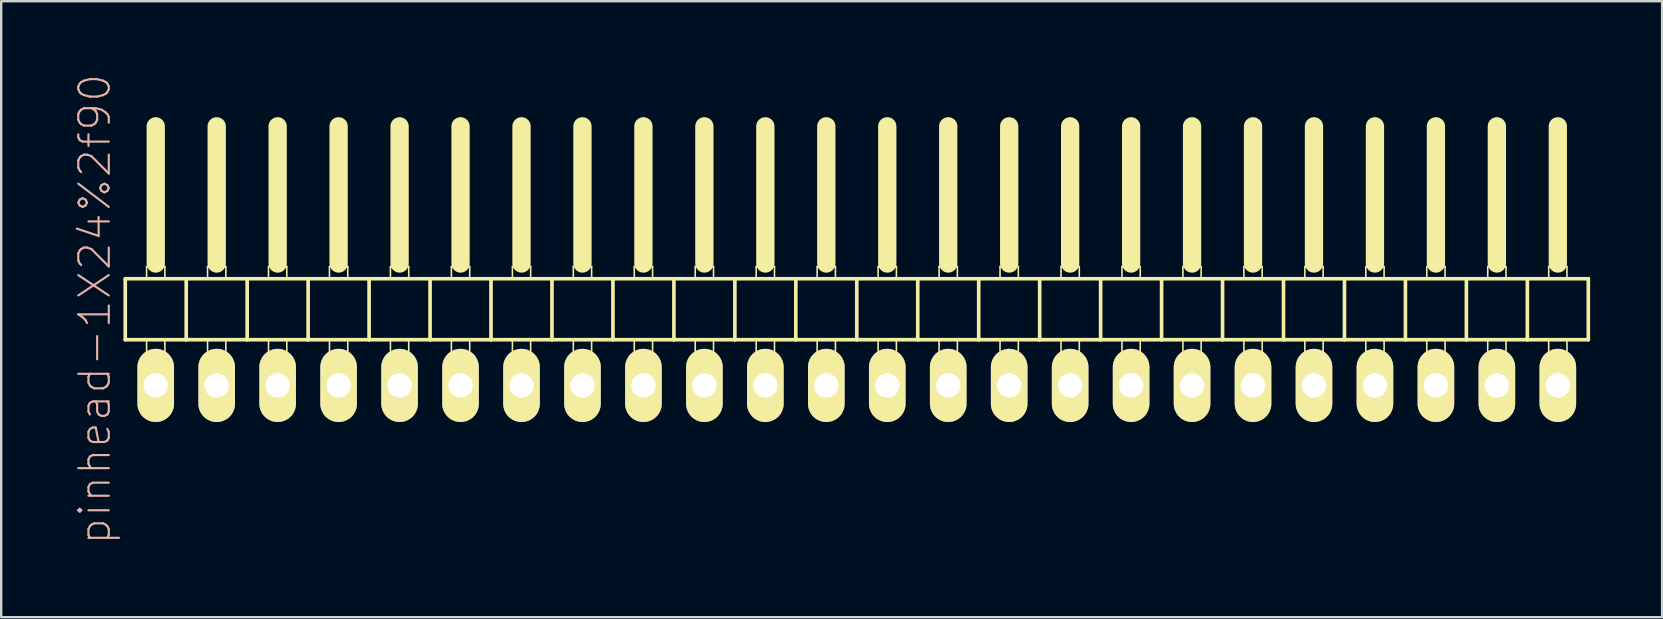
<source format=kicad_pcb>
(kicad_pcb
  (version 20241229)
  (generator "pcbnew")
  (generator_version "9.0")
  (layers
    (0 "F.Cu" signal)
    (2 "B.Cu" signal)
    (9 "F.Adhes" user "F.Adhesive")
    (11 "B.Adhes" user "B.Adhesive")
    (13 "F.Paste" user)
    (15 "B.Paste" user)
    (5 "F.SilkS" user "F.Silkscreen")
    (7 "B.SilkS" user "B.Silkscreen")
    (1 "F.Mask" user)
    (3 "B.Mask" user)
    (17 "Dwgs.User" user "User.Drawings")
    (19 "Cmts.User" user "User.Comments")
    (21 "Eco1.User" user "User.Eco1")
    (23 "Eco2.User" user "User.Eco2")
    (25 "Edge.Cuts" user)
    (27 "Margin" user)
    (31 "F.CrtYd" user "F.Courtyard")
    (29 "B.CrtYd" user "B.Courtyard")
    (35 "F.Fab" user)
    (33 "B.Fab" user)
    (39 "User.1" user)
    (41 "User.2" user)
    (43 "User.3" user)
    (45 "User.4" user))
  (footprint "pinhead-1X24%2f90"
    (layer "F.Cu")
    (at 32.649 9.199)
    (property "Reference" "pinhead-1X24%2f90" (at -31.75 0.635 90) (layer "B.SilkS") (effects (font (size 1.27 1.27) (thickness 0.089))))
    (attr exclude_from_pos_files exclude_from_bom)
    (fp_line (start -30.48 -0.635) (end -30.48 1.905) (stroke (width 0.152) (type solid)) (layer "F.SilkS"))
    (fp_line (start -30.48 1.905) (end -27.94 1.905) (stroke (width 0.152) (type solid)) (layer "F.SilkS"))
    (fp_line (start -29.591 -1.143) (end -28.829 -1.143) (stroke (width 0.066) (type solid)) (layer "F.SilkS"))
    (fp_line (start -29.591 -0.635) (end -29.591 -1.143) (stroke (width 0.066) (type solid)) (layer "F.SilkS"))
    (fp_line (start -29.591 -0.635) (end -28.829 -0.635) (stroke (width 0.066) (type solid)) (layer "F.SilkS"))
    (fp_line (start -29.591 1.905) (end -28.829 1.905) (stroke (width 0.066) (type solid)) (layer "F.SilkS"))
    (fp_line (start -29.591 2.921) (end -29.591 1.905) (stroke (width 0.066) (type solid)) (layer "F.SilkS"))
    (fp_line (start -29.591 2.921) (end -28.829 2.921) (stroke (width 0.066) (type solid)) (layer "F.SilkS"))
    (fp_line (start -29.21 -6.985) (end -29.21 -1.27) (stroke (width 0.762) (type solid)) (layer "F.SilkS"))
    (fp_line (start -28.829 -0.635) (end -28.829 -1.143) (stroke (width 0.066) (type solid)) (layer "F.SilkS"))
    (fp_line (start -28.829 2.921) (end -28.829 1.905) (stroke (width 0.066) (type solid)) (layer "F.SilkS"))
    (fp_line (start -27.94 -0.635) (end -30.48 -0.635) (stroke (width 0.152) (type solid)) (layer "F.SilkS"))
    (fp_line (start -27.94 1.905) (end -27.94 -0.635) (stroke (width 0.152) (type solid)) (layer "F.SilkS"))
    (fp_line (start -27.94 1.905) (end -25.4 1.905) (stroke (width 0.152) (type solid)) (layer "F.SilkS"))
    (fp_line (start -27.051 -1.143) (end -26.289 -1.143) (stroke (width 0.066) (type solid)) (layer "F.SilkS"))
    (fp_line (start -27.051 -0.635) (end -27.051 -1.143) (stroke (width 0.066) (type solid)) (layer "F.SilkS"))
    (fp_line (start -27.051 -0.635) (end -26.289 -0.635) (stroke (width 0.066) (type solid)) (layer "F.SilkS"))
    (fp_line (start -27.051 1.905) (end -26.289 1.905) (stroke (width 0.066) (type solid)) (layer "F.SilkS"))
    (fp_line (start -27.051 2.921) (end -27.051 1.905) (stroke (width 0.066) (type solid)) (layer "F.SilkS"))
    (fp_line (start -27.051 2.921) (end -26.289 2.921) (stroke (width 0.066) (type solid)) (layer "F.SilkS"))
    (fp_line (start -26.67 -6.985) (end -26.67 -1.27) (stroke (width 0.762) (type solid)) (layer "F.SilkS"))
    (fp_line (start -26.289 -0.635) (end -26.289 -1.143) (stroke (width 0.066) (type solid)) (layer "F.SilkS"))
    (fp_line (start -26.289 2.921) (end -26.289 1.905) (stroke (width 0.066) (type solid)) (layer "F.SilkS"))
    (fp_line (start -25.4 -0.635) (end -27.94 -0.635) (stroke (width 0.152) (type solid)) (layer "F.SilkS"))
    (fp_line (start -25.4 1.905) (end -25.4 -0.635) (stroke (width 0.152) (type solid)) (layer "F.SilkS"))
    (fp_line (start -25.4 1.905) (end -22.86 1.905) (stroke (width 0.152) (type solid)) (layer "F.SilkS"))
    (fp_line (start -24.511 -1.143) (end -23.749 -1.143) (stroke (width 0.066) (type solid)) (layer "F.SilkS"))
    (fp_line (start -24.511 -0.635) (end -24.511 -1.143) (stroke (width 0.066) (type solid)) (layer "F.SilkS"))
    (fp_line (start -24.511 -0.635) (end -23.749 -0.635) (stroke (width 0.066) (type solid)) (layer "F.SilkS"))
    (fp_line (start -24.511 1.905) (end -23.749 1.905) (stroke (width 0.066) (type solid)) (layer "F.SilkS"))
    (fp_line (start -24.511 2.921) (end -24.511 1.905) (stroke (width 0.066) (type solid)) (layer "F.SilkS"))
    (fp_line (start -24.511 2.921) (end -23.749 2.921) (stroke (width 0.066) (type solid)) (layer "F.SilkS"))
    (fp_line (start -24.13 -6.985) (end -24.13 -1.27) (stroke (width 0.762) (type solid)) (layer "F.SilkS"))
    (fp_line (start -23.749 -0.635) (end -23.749 -1.143) (stroke (width 0.066) (type solid)) (layer "F.SilkS"))
    (fp_line (start -23.749 2.921) (end -23.749 1.905) (stroke (width 0.066) (type solid)) (layer "F.SilkS"))
    (fp_line (start -22.86 -0.635) (end -25.4 -0.635) (stroke (width 0.152) (type solid)) (layer "F.SilkS"))
    (fp_line (start -22.86 1.905) (end -22.86 -0.635) (stroke (width 0.152) (type solid)) (layer "F.SilkS"))
    (fp_line (start -22.86 1.905) (end -20.32 1.905) (stroke (width 0.152) (type solid)) (layer "F.SilkS"))
    (fp_line (start -21.971 -1.143) (end -21.209 -1.143) (stroke (width 0.066) (type solid)) (layer "F.SilkS"))
    (fp_line (start -21.971 -0.635) (end -21.971 -1.143) (stroke (width 0.066) (type solid)) (layer "F.SilkS"))
    (fp_line (start -21.971 -0.635) (end -21.209 -0.635) (stroke (width 0.066) (type solid)) (layer "F.SilkS"))
    (fp_line (start -21.971 1.905) (end -21.209 1.905) (stroke (width 0.066) (type solid)) (layer "F.SilkS"))
    (fp_line (start -21.971 2.921) (end -21.971 1.905) (stroke (width 0.066) (type solid)) (layer "F.SilkS"))
    (fp_line (start -21.971 2.921) (end -21.209 2.921) (stroke (width 0.066) (type solid)) (layer "F.SilkS"))
    (fp_line (start -21.59 -6.985) (end -21.59 -1.27) (stroke (width 0.762) (type solid)) (layer "F.SilkS"))
    (fp_line (start -21.209 -0.635) (end -21.209 -1.143) (stroke (width 0.066) (type solid)) (layer "F.SilkS"))
    (fp_line (start -21.209 2.921) (end -21.209 1.905) (stroke (width 0.066) (type solid)) (layer "F.SilkS"))
    (fp_line (start -20.32 -0.635) (end -22.86 -0.635) (stroke (width 0.152) (type solid)) (layer "F.SilkS"))
    (fp_line (start -20.32 1.905) (end -20.32 -0.635) (stroke (width 0.152) (type solid)) (layer "F.SilkS"))
    (fp_line (start -20.32 1.905) (end -17.78 1.905) (stroke (width 0.152) (type solid)) (layer "F.SilkS"))
    (fp_line (start -19.431 -1.143) (end -18.669 -1.143) (stroke (width 0.066) (type solid)) (layer "F.SilkS"))
    (fp_line (start -19.431 -0.635) (end -19.431 -1.143) (stroke (width 0.066) (type solid)) (layer "F.SilkS"))
    (fp_line (start -19.431 -0.635) (end -18.669 -0.635) (stroke (width 0.066) (type solid)) (layer "F.SilkS"))
    (fp_line (start -19.431 1.905) (end -18.669 1.905) (stroke (width 0.066) (type solid)) (layer "F.SilkS"))
    (fp_line (start -19.431 2.921) (end -19.431 1.905) (stroke (width 0.066) (type solid)) (layer "F.SilkS"))
    (fp_line (start -19.431 2.921) (end -18.669 2.921) (stroke (width 0.066) (type solid)) (layer "F.SilkS"))
    (fp_line (start -19.05 -6.985) (end -19.05 -1.27) (stroke (width 0.762) (type solid)) (layer "F.SilkS"))
    (fp_line (start -18.669 -0.635) (end -18.669 -1.143) (stroke (width 0.066) (type solid)) (layer "F.SilkS"))
    (fp_line (start -18.669 2.921) (end -18.669 1.905) (stroke (width 0.066) (type solid)) (layer "F.SilkS"))
    (fp_line (start -17.78 -0.635) (end -20.32 -0.635) (stroke (width 0.152) (type solid)) (layer "F.SilkS"))
    (fp_line (start -17.78 1.905) (end -17.78 -0.635) (stroke (width 0.152) (type solid)) (layer "F.SilkS"))
    (fp_line (start -17.78 1.905) (end -15.24 1.905) (stroke (width 0.152) (type solid)) (layer "F.SilkS"))
    (fp_line (start -16.891 -1.143) (end -16.129 -1.143) (stroke (width 0.066) (type solid)) (layer "F.SilkS"))
    (fp_line (start -16.891 -0.635) (end -16.891 -1.143) (stroke (width 0.066) (type solid)) (layer "F.SilkS"))
    (fp_line (start -16.891 -0.635) (end -16.129 -0.635) (stroke (width 0.066) (type solid)) (layer "F.SilkS"))
    (fp_line (start -16.891 1.905) (end -16.129 1.905) (stroke (width 0.066) (type solid)) (layer "F.SilkS"))
    (fp_line (start -16.891 2.921) (end -16.891 1.905) (stroke (width 0.066) (type solid)) (layer "F.SilkS"))
    (fp_line (start -16.891 2.921) (end -16.129 2.921) (stroke (width 0.066) (type solid)) (layer "F.SilkS"))
    (fp_line (start -16.51 -6.985) (end -16.51 -1.27) (stroke (width 0.762) (type solid)) (layer "F.SilkS"))
    (fp_line (start -16.129 -0.635) (end -16.129 -1.143) (stroke (width 0.066) (type solid)) (layer "F.SilkS"))
    (fp_line (start -16.129 2.921) (end -16.129 1.905) (stroke (width 0.066) (type solid)) (layer "F.SilkS"))
    (fp_line (start -15.24 -0.635) (end -17.78 -0.635) (stroke (width 0.152) (type solid)) (layer "F.SilkS"))
    (fp_line (start -15.24 1.905) (end -15.24 -0.635) (stroke (width 0.152) (type solid)) (layer "F.SilkS"))
    (fp_line (start -15.24 1.905) (end -12.7 1.905) (stroke (width 0.152) (type solid)) (layer "F.SilkS"))
    (fp_line (start -14.348 -1.143) (end -13.589 -1.143) (stroke (width 0.066) (type solid)) (layer "F.SilkS"))
    (fp_line (start -14.348 -0.635) (end -14.348 -1.143) (stroke (width 0.066) (type solid)) (layer "F.SilkS"))
    (fp_line (start -14.348 -0.635) (end -13.589 -0.635) (stroke (width 0.066) (type solid)) (layer "F.SilkS"))
    (fp_line (start -14.348 1.905) (end -13.589 1.905) (stroke (width 0.066) (type solid)) (layer "F.SilkS"))
    (fp_line (start -14.348 2.921) (end -14.348 1.905) (stroke (width 0.066) (type solid)) (layer "F.SilkS"))
    (fp_line (start -14.348 2.921) (end -13.589 2.921) (stroke (width 0.066) (type solid)) (layer "F.SilkS"))
    (fp_line (start -13.97 -6.985) (end -13.97 -1.27) (stroke (width 0.762) (type solid)) (layer "F.SilkS"))
    (fp_line (start -13.589 -0.635) (end -13.589 -1.143) (stroke (width 0.066) (type solid)) (layer "F.SilkS"))
    (fp_line (start -13.589 2.921) (end -13.589 1.905) (stroke (width 0.066) (type solid)) (layer "F.SilkS"))
    (fp_line (start -12.7 -0.635) (end -15.24 -0.635) (stroke (width 0.152) (type solid)) (layer "F.SilkS"))
    (fp_line (start -12.7 1.905) (end -12.7 -0.635) (stroke (width 0.152) (type solid)) (layer "F.SilkS"))
    (fp_line (start -12.7 1.905) (end -10.16 1.905) (stroke (width 0.152) (type solid)) (layer "F.SilkS"))
    (fp_line (start -11.811 -1.143) (end -11.049 -1.143) (stroke (width 0.066) (type solid)) (layer "F.SilkS"))
    (fp_line (start -11.811 -0.635) (end -11.811 -1.143) (stroke (width 0.066) (type solid)) (layer "F.SilkS"))
    (fp_line (start -11.811 -0.635) (end -11.049 -0.635) (stroke (width 0.066) (type solid)) (layer "F.SilkS"))
    (fp_line (start -11.811 1.905) (end -11.049 1.905) (stroke (width 0.066) (type solid)) (layer "F.SilkS"))
    (fp_line (start -11.811 2.921) (end -11.811 1.905) (stroke (width 0.066) (type solid)) (layer "F.SilkS"))
    (fp_line (start -11.811 2.921) (end -11.049 2.921) (stroke (width 0.066) (type solid)) (layer "F.SilkS"))
    (fp_line (start -11.43 -6.985) (end -11.43 -1.27) (stroke (width 0.762) (type solid)) (layer "F.SilkS"))
    (fp_line (start -11.049 -0.635) (end -11.049 -1.143) (stroke (width 0.066) (type solid)) (layer "F.SilkS"))
    (fp_line (start -11.049 2.921) (end -11.049 1.905) (stroke (width 0.066) (type solid)) (layer "F.SilkS"))
    (fp_line (start -10.16 -0.635) (end -12.7 -0.635) (stroke (width 0.152) (type solid)) (layer "F.SilkS"))
    (fp_line (start -10.16 1.905) (end -10.16 -0.635) (stroke (width 0.152) (type solid)) (layer "F.SilkS"))
    (fp_line (start -10.16 1.905) (end -7.62 1.905) (stroke (width 0.152) (type solid)) (layer "F.SilkS"))
    (fp_line (start -9.271 -1.143) (end -8.509 -1.143) (stroke (width 0.066) (type solid)) (layer "F.SilkS"))
    (fp_line (start -9.271 -0.635) (end -9.271 -1.143) (stroke (width 0.066) (type solid)) (layer "F.SilkS"))
    (fp_line (start -9.271 -0.635) (end -8.509 -0.635) (stroke (width 0.066) (type solid)) (layer "F.SilkS"))
    (fp_line (start -9.271 1.905) (end -8.509 1.905) (stroke (width 0.066) (type solid)) (layer "F.SilkS"))
    (fp_line (start -9.271 2.921) (end -9.271 1.905) (stroke (width 0.066) (type solid)) (layer "F.SilkS"))
    (fp_line (start -9.271 2.921) (end -8.509 2.921) (stroke (width 0.066) (type solid)) (layer "F.SilkS"))
    (fp_line (start -8.89 -6.985) (end -8.89 -1.27) (stroke (width 0.762) (type solid)) (layer "F.SilkS"))
    (fp_line (start -8.509 -0.635) (end -8.509 -1.143) (stroke (width 0.066) (type solid)) (layer "F.SilkS"))
    (fp_line (start -8.509 2.921) (end -8.509 1.905) (stroke (width 0.066) (type solid)) (layer "F.SilkS"))
    (fp_line (start -7.62 -0.635) (end -10.16 -0.635) (stroke (width 0.152) (type solid)) (layer "F.SilkS"))
    (fp_line (start -7.62 1.905) (end -7.62 -0.635) (stroke (width 0.152) (type solid)) (layer "F.SilkS"))
    (fp_line (start -7.62 1.905) (end -5.08 1.905) (stroke (width 0.152) (type solid)) (layer "F.SilkS"))
    (fp_line (start -6.731 -1.143) (end -5.969 -1.143) (stroke (width 0.066) (type solid)) (layer "F.SilkS"))
    (fp_line (start -6.731 -0.635) (end -6.731 -1.143) (stroke (width 0.066) (type solid)) (layer "F.SilkS"))
    (fp_line (start -6.731 -0.635) (end -5.969 -0.635) (stroke (width 0.066) (type solid)) (layer "F.SilkS"))
    (fp_line (start -6.731 1.905) (end -5.969 1.905) (stroke (width 0.066) (type solid)) (layer "F.SilkS"))
    (fp_line (start -6.731 2.921) (end -6.731 1.905) (stroke (width 0.066) (type solid)) (layer "F.SilkS"))
    (fp_line (start -6.731 2.921) (end -5.969 2.921) (stroke (width 0.066) (type solid)) (layer "F.SilkS"))
    (fp_line (start -6.35 -6.985) (end -6.35 -1.27) (stroke (width 0.762) (type solid)) (layer "F.SilkS"))
    (fp_line (start -5.969 -0.635) (end -5.969 -1.143) (stroke (width 0.066) (type solid)) (layer "F.SilkS"))
    (fp_line (start -5.969 2.921) (end -5.969 1.905) (stroke (width 0.066) (type solid)) (layer "F.SilkS"))
    (fp_line (start -5.08 -0.635) (end -7.62 -0.635) (stroke (width 0.152) (type solid)) (layer "F.SilkS"))
    (fp_line (start -5.08 1.905) (end -5.08 -0.635) (stroke (width 0.152) (type solid)) (layer "F.SilkS"))
    (fp_line (start -5.08 1.905) (end -2.54 1.905) (stroke (width 0.152) (type solid)) (layer "F.SilkS"))
    (fp_line (start -4.191 -1.143) (end -3.429 -1.143) (stroke (width 0.066) (type solid)) (layer "F.SilkS"))
    (fp_line (start -4.191 -0.635) (end -4.191 -1.143) (stroke (width 0.066) (type solid)) (layer "F.SilkS"))
    (fp_line (start -4.191 -0.635) (end -3.429 -0.635) (stroke (width 0.066) (type solid)) (layer "F.SilkS"))
    (fp_line (start -4.191 1.905) (end -3.429 1.905) (stroke (width 0.066) (type solid)) (layer "F.SilkS"))
    (fp_line (start -4.191 2.921) (end -4.191 1.905) (stroke (width 0.066) (type solid)) (layer "F.SilkS"))
    (fp_line (start -4.191 2.921) (end -3.429 2.921) (stroke (width 0.066) (type solid)) (layer "F.SilkS"))
    (fp_line (start -3.81 -6.985) (end -3.81 -1.27) (stroke (width 0.762) (type solid)) (layer "F.SilkS"))
    (fp_line (start -3.429 -0.635) (end -3.429 -1.143) (stroke (width 0.066) (type solid)) (layer "F.SilkS"))
    (fp_line (start -3.429 2.921) (end -3.429 1.905) (stroke (width 0.066) (type solid)) (layer "F.SilkS"))
    (fp_line (start -2.54 -0.635) (end -5.08 -0.635) (stroke (width 0.152) (type solid)) (layer "F.SilkS"))
    (fp_line (start -2.54 1.905) (end -2.54 -0.635) (stroke (width 0.152) (type solid)) (layer "F.SilkS"))
    (fp_line (start -2.54 1.905) (end 0 1.905) (stroke (width 0.152) (type solid)) (layer "F.SilkS"))
    (fp_line (start -1.651 -1.143) (end -0.889 -1.143) (stroke (width 0.066) (type solid)) (layer "F.SilkS"))
    (fp_line (start -1.651 -0.635) (end -1.651 -1.143) (stroke (width 0.066) (type solid)) (layer "F.SilkS"))
    (fp_line (start -1.651 -0.635) (end -0.889 -0.635) (stroke (width 0.066) (type solid)) (layer "F.SilkS"))
    (fp_line (start -1.651 1.905) (end -0.889 1.905) (stroke (width 0.066) (type solid)) (layer "F.SilkS"))
    (fp_line (start -1.651 2.921) (end -1.651 1.905) (stroke (width 0.066) (type solid)) (layer "F.SilkS"))
    (fp_line (start -1.651 2.921) (end -0.889 2.921) (stroke (width 0.066) (type solid)) (layer "F.SilkS"))
    (fp_line (start -1.27 -6.985) (end -1.27 -1.27) (stroke (width 0.762) (type solid)) (layer "F.SilkS"))
    (fp_line (start -0.889 -0.635) (end -0.889 -1.143) (stroke (width 0.066) (type solid)) (layer "F.SilkS"))
    (fp_line (start -0.889 2.921) (end -0.889 1.905) (stroke (width 0.066) (type solid)) (layer "F.SilkS"))
    (fp_line (start 0 -0.635) (end -2.54 -0.635) (stroke (width 0.152) (type solid)) (layer "F.SilkS"))
    (fp_line (start 0 1.905) (end 0 -0.635) (stroke (width 0.152) (type solid)) (layer "F.SilkS"))
    (fp_line (start 0 1.905) (end 2.54 1.905) (stroke (width 0.152) (type solid)) (layer "F.SilkS"))
    (fp_line (start 0.889 -1.143) (end 1.651 -1.143) (stroke (width 0.066) (type solid)) (layer "F.SilkS"))
    (fp_line (start 0.889 -0.635) (end 0.889 -1.143) (stroke (width 0.066) (type solid)) (layer "F.SilkS"))
    (fp_line (start 0.889 -0.635) (end 1.651 -0.635) (stroke (width 0.066) (type solid)) (layer "F.SilkS"))
    (fp_line (start 0.889 1.905) (end 1.651 1.905) (stroke (width 0.066) (type solid)) (layer "F.SilkS"))
    (fp_line (start 0.889 2.921) (end 0.889 1.905) (stroke (width 0.066) (type solid)) (layer "F.SilkS"))
    (fp_line (start 0.889 2.921) (end 1.651 2.921) (stroke (width 0.066) (type solid)) (layer "F.SilkS"))
    (fp_line (start 1.27 -6.985) (end 1.27 -1.27) (stroke (width 0.762) (type solid)) (layer "F.SilkS"))
    (fp_line (start 1.651 -0.635) (end 1.651 -1.143) (stroke (width 0.066) (type solid)) (layer "F.SilkS"))
    (fp_line (start 1.651 2.921) (end 1.651 1.905) (stroke (width 0.066) (type solid)) (layer "F.SilkS"))
    (fp_line (start 2.54 -0.635) (end 0 -0.635) (stroke (width 0.152) (type solid)) (layer "F.SilkS"))
    (fp_line (start 2.54 1.905) (end 2.54 -0.635) (stroke (width 0.152) (type solid)) (layer "F.SilkS"))
    (fp_line (start 2.54 1.905) (end 5.08 1.905) (stroke (width 0.152) (type solid)) (layer "F.SilkS"))
    (fp_line (start 3.429 -1.143) (end 4.191 -1.143) (stroke (width 0.066) (type solid)) (layer "F.SilkS"))
    (fp_line (start 3.429 -0.635) (end 3.429 -1.143) (stroke (width 0.066) (type solid)) (layer "F.SilkS"))
    (fp_line (start 3.429 -0.635) (end 4.191 -0.635) (stroke (width 0.066) (type solid)) (layer "F.SilkS"))
    (fp_line (start 3.429 1.905) (end 4.191 1.905) (stroke (width 0.066) (type solid)) (layer "F.SilkS"))
    (fp_line (start 3.429 2.921) (end 3.429 1.905) (stroke (width 0.066) (type solid)) (layer "F.SilkS"))
    (fp_line (start 3.429 2.921) (end 4.191 2.921) (stroke (width 0.066) (type solid)) (layer "F.SilkS"))
    (fp_line (start 3.81 -6.985) (end 3.81 -1.27) (stroke (width 0.762) (type solid)) (layer "F.SilkS"))
    (fp_line (start 4.191 -0.635) (end 4.191 -1.143) (stroke (width 0.066) (type solid)) (layer "F.SilkS"))
    (fp_line (start 4.191 2.921) (end 4.191 1.905) (stroke (width 0.066) (type solid)) (layer "F.SilkS"))
    (fp_line (start 5.08 -0.635) (end 2.54 -0.635) (stroke (width 0.152) (type solid)) (layer "F.SilkS"))
    (fp_line (start 5.08 1.905) (end 5.08 -0.635) (stroke (width 0.152) (type solid)) (layer "F.SilkS"))
    (fp_line (start 5.08 1.905) (end 7.62 1.905) (stroke (width 0.152) (type solid)) (layer "F.SilkS"))
    (fp_line (start 5.969 -1.143) (end 6.731 -1.143) (stroke (width 0.066) (type solid)) (layer "F.SilkS"))
    (fp_line (start 5.969 -0.635) (end 5.969 -1.143) (stroke (width 0.066) (type solid)) (layer "F.SilkS"))
    (fp_line (start 5.969 -0.635) (end 6.731 -0.635) (stroke (width 0.066) (type solid)) (layer "F.SilkS"))
    (fp_line (start 5.969 1.905) (end 6.731 1.905) (stroke (width 0.066) (type solid)) (layer "F.SilkS"))
    (fp_line (start 5.969 2.921) (end 5.969 1.905) (stroke (width 0.066) (type solid)) (layer "F.SilkS"))
    (fp_line (start 5.969 2.921) (end 6.731 2.921) (stroke (width 0.066) (type solid)) (layer "F.SilkS"))
    (fp_line (start 6.35 -6.985) (end 6.35 -1.27) (stroke (width 0.762) (type solid)) (layer "F.SilkS"))
    (fp_line (start 6.731 -0.635) (end 6.731 -1.143) (stroke (width 0.066) (type solid)) (layer "F.SilkS"))
    (fp_line (start 6.731 2.921) (end 6.731 1.905) (stroke (width 0.066) (type solid)) (layer "F.SilkS"))
    (fp_line (start 7.62 -0.635) (end 5.08 -0.635) (stroke (width 0.152) (type solid)) (layer "F.SilkS"))
    (fp_line (start 7.62 1.905) (end 7.62 -0.635) (stroke (width 0.152) (type solid)) (layer "F.SilkS"))
    (fp_line (start 7.62 1.905) (end 10.16 1.905) (stroke (width 0.152) (type solid)) (layer "F.SilkS"))
    (fp_line (start 8.509 -1.143) (end 9.271 -1.143) (stroke (width 0.066) (type solid)) (layer "F.SilkS"))
    (fp_line (start 8.509 -0.635) (end 8.509 -1.143) (stroke (width 0.066) (type solid)) (layer "F.SilkS"))
    (fp_line (start 8.509 -0.635) (end 9.271 -0.635) (stroke (width 0.066) (type solid)) (layer "F.SilkS"))
    (fp_line (start 8.509 1.905) (end 9.271 1.905) (stroke (width 0.066) (type solid)) (layer "F.SilkS"))
    (fp_line (start 8.509 2.921) (end 8.509 1.905) (stroke (width 0.066) (type solid)) (layer "F.SilkS"))
    (fp_line (start 8.509 2.921) (end 9.271 2.921) (stroke (width 0.066) (type solid)) (layer "F.SilkS"))
    (fp_line (start 8.89 -6.985) (end 8.89 -1.27) (stroke (width 0.762) (type solid)) (layer "F.SilkS"))
    (fp_line (start 9.271 -0.635) (end 9.271 -1.143) (stroke (width 0.066) (type solid)) (layer "F.SilkS"))
    (fp_line (start 9.271 2.921) (end 9.271 1.905) (stroke (width 0.066) (type solid)) (layer "F.SilkS"))
    (fp_line (start 10.16 -0.635) (end 7.62 -0.635) (stroke (width 0.152) (type solid)) (layer "F.SilkS"))
    (fp_line (start 10.16 1.905) (end 10.16 -0.635) (stroke (width 0.152) (type solid)) (layer "F.SilkS"))
    (fp_line (start 10.16 1.905) (end 12.7 1.905) (stroke (width 0.152) (type solid)) (layer "F.SilkS"))
    (fp_line (start 11.049 -1.143) (end 11.811 -1.143) (stroke (width 0.066) (type solid)) (layer "F.SilkS"))
    (fp_line (start 11.049 -0.635) (end 11.049 -1.143) (stroke (width 0.066) (type solid)) (layer "F.SilkS"))
    (fp_line (start 11.049 -0.635) (end 11.811 -0.635) (stroke (width 0.066) (type solid)) (layer "F.SilkS"))
    (fp_line (start 11.049 1.905) (end 11.811 1.905) (stroke (width 0.066) (type solid)) (layer "F.SilkS"))
    (fp_line (start 11.049 2.921) (end 11.049 1.905) (stroke (width 0.066) (type solid)) (layer "F.SilkS"))
    (fp_line (start 11.049 2.921) (end 11.811 2.921) (stroke (width 0.066) (type solid)) (layer "F.SilkS"))
    (fp_line (start 11.43 -6.985) (end 11.43 -1.27) (stroke (width 0.762) (type solid)) (layer "F.SilkS"))
    (fp_line (start 11.811 -0.635) (end 11.811 -1.143) (stroke (width 0.066) (type solid)) (layer "F.SilkS"))
    (fp_line (start 11.811 2.921) (end 11.811 1.905) (stroke (width 0.066) (type solid)) (layer "F.SilkS"))
    (fp_line (start 12.7 -0.635) (end 10.16 -0.635) (stroke (width 0.152) (type solid)) (layer "F.SilkS"))
    (fp_line (start 12.7 1.905) (end 12.7 -0.635) (stroke (width 0.152) (type solid)) (layer "F.SilkS"))
    (fp_line (start 12.7 1.905) (end 15.24 1.905) (stroke (width 0.152) (type solid)) (layer "F.SilkS"))
    (fp_line (start 13.589 -1.143) (end 14.348 -1.143) (stroke (width 0.066) (type solid)) (layer "F.SilkS"))
    (fp_line (start 13.589 -0.635) (end 13.589 -1.143) (stroke (width 0.066) (type solid)) (layer "F.SilkS"))
    (fp_line (start 13.589 -0.635) (end 14.348 -0.635) (stroke (width 0.066) (type solid)) (layer "F.SilkS"))
    (fp_line (start 13.589 1.905) (end 14.348 1.905) (stroke (width 0.066) (type solid)) (layer "F.SilkS"))
    (fp_line (start 13.589 2.921) (end 13.589 1.905) (stroke (width 0.066) (type solid)) (layer "F.SilkS"))
    (fp_line (start 13.589 2.921) (end 14.348 2.921) (stroke (width 0.066) (type solid)) (layer "F.SilkS"))
    (fp_line (start 13.97 -6.985) (end 13.97 -1.27) (stroke (width 0.762) (type solid)) (layer "F.SilkS"))
    (fp_line (start 14.348 -0.635) (end 14.348 -1.143) (stroke (width 0.066) (type solid)) (layer "F.SilkS"))
    (fp_line (start 14.348 2.921) (end 14.348 1.905) (stroke (width 0.066) (type solid)) (layer "F.SilkS"))
    (fp_line (start 15.24 -0.635) (end 12.7 -0.635) (stroke (width 0.152) (type solid)) (layer "F.SilkS"))
    (fp_line (start 15.24 1.905) (end 15.24 -0.635) (stroke (width 0.152) (type solid)) (layer "F.SilkS"))
    (fp_line (start 15.24 1.905) (end 17.78 1.905) (stroke (width 0.152) (type solid)) (layer "F.SilkS"))
    (fp_line (start 16.129 -1.143) (end 16.891 -1.143) (stroke (width 0.066) (type solid)) (layer "F.SilkS"))
    (fp_line (start 16.129 -0.635) (end 16.129 -1.143) (stroke (width 0.066) (type solid)) (layer "F.SilkS"))
    (fp_line (start 16.129 -0.635) (end 16.891 -0.635) (stroke (width 0.066) (type solid)) (layer "F.SilkS"))
    (fp_line (start 16.129 1.905) (end 16.891 1.905) (stroke (width 0.066) (type solid)) (layer "F.SilkS"))
    (fp_line (start 16.129 2.921) (end 16.129 1.905) (stroke (width 0.066) (type solid)) (layer "F.SilkS"))
    (fp_line (start 16.129 2.921) (end 16.891 2.921) (stroke (width 0.066) (type solid)) (layer "F.SilkS"))
    (fp_line (start 16.51 -6.985) (end 16.51 -1.27) (stroke (width 0.762) (type solid)) (layer "F.SilkS"))
    (fp_line (start 16.891 -0.635) (end 16.891 -1.143) (stroke (width 0.066) (type solid)) (layer "F.SilkS"))
    (fp_line (start 16.891 2.921) (end 16.891 1.905) (stroke (width 0.066) (type solid)) (layer "F.SilkS"))
    (fp_line (start 17.78 -0.635) (end 15.24 -0.635) (stroke (width 0.152) (type solid)) (layer "F.SilkS"))
    (fp_line (start 17.78 1.905) (end 17.78 -0.635) (stroke (width 0.152) (type solid)) (layer "F.SilkS"))
    (fp_line (start 17.78 1.905) (end 20.32 1.905) (stroke (width 0.152) (type solid)) (layer "F.SilkS"))
    (fp_line (start 18.669 -1.143) (end 19.431 -1.143) (stroke (width 0.066) (type solid)) (layer "F.SilkS"))
    (fp_line (start 18.669 -0.635) (end 18.669 -1.143) (stroke (width 0.066) (type solid)) (layer "F.SilkS"))
    (fp_line (start 18.669 -0.635) (end 19.431 -0.635) (stroke (width 0.066) (type solid)) (layer "F.SilkS"))
    (fp_line (start 18.669 1.905) (end 19.431 1.905) (stroke (width 0.066) (type solid)) (layer "F.SilkS"))
    (fp_line (start 18.669 2.921) (end 18.669 1.905) (stroke (width 0.066) (type solid)) (layer "F.SilkS"))
    (fp_line (start 18.669 2.921) (end 19.431 2.921) (stroke (width 0.066) (type solid)) (layer "F.SilkS"))
    (fp_line (start 19.05 -6.985) (end 19.05 -1.27) (stroke (width 0.762) (type solid)) (layer "F.SilkS"))
    (fp_line (start 19.431 -0.635) (end 19.431 -1.143) (stroke (width 0.066) (type solid)) (layer "F.SilkS"))
    (fp_line (start 19.431 2.921) (end 19.431 1.905) (stroke (width 0.066) (type solid)) (layer "F.SilkS"))
    (fp_line (start 20.32 -0.635) (end 17.78 -0.635) (stroke (width 0.152) (type solid)) (layer "F.SilkS"))
    (fp_line (start 20.32 1.905) (end 20.32 -0.635) (stroke (width 0.152) (type solid)) (layer "F.SilkS"))
    (fp_line (start 20.32 1.905) (end 22.86 1.905) (stroke (width 0.152) (type solid)) (layer "F.SilkS"))
    (fp_line (start 21.209 -1.143) (end 21.971 -1.143) (stroke (width 0.066) (type solid)) (layer "F.SilkS"))
    (fp_line (start 21.209 -0.635) (end 21.209 -1.143) (stroke (width 0.066) (type solid)) (layer "F.SilkS"))
    (fp_line (start 21.209 -0.635) (end 21.971 -0.635) (stroke (width 0.066) (type solid)) (layer "F.SilkS"))
    (fp_line (start 21.209 1.905) (end 21.971 1.905) (stroke (width 0.066) (type solid)) (layer "F.SilkS"))
    (fp_line (start 21.209 2.921) (end 21.209 1.905) (stroke (width 0.066) (type solid)) (layer "F.SilkS"))
    (fp_line (start 21.209 2.921) (end 21.971 2.921) (stroke (width 0.066) (type solid)) (layer "F.SilkS"))
    (fp_line (start 21.59 -6.985) (end 21.59 -1.27) (stroke (width 0.762) (type solid)) (layer "F.SilkS"))
    (fp_line (start 21.971 -0.635) (end 21.971 -1.143) (stroke (width 0.066) (type solid)) (layer "F.SilkS"))
    (fp_line (start 21.971 2.921) (end 21.971 1.905) (stroke (width 0.066) (type solid)) (layer "F.SilkS"))
    (fp_line (start 22.86 -0.635) (end 20.32 -0.635) (stroke (width 0.152) (type solid)) (layer "F.SilkS"))
    (fp_line (start 22.86 1.905) (end 22.86 -0.635) (stroke (width 0.152) (type solid)) (layer "F.SilkS"))
    (fp_line (start 22.86 1.905) (end 25.4 1.905) (stroke (width 0.152) (type solid)) (layer "F.SilkS"))
    (fp_line (start 23.749 -1.143) (end 24.511 -1.143) (stroke (width 0.066) (type solid)) (layer "F.SilkS"))
    (fp_line (start 23.749 -0.635) (end 23.749 -1.143) (stroke (width 0.066) (type solid)) (layer "F.SilkS"))
    (fp_line (start 23.749 -0.635) (end 24.511 -0.635) (stroke (width 0.066) (type solid)) (layer "F.SilkS"))
    (fp_line (start 23.749 1.905) (end 24.511 1.905) (stroke (width 0.066) (type solid)) (layer "F.SilkS"))
    (fp_line (start 23.749 2.921) (end 23.749 1.905) (stroke (width 0.066) (type solid)) (layer "F.SilkS"))
    (fp_line (start 23.749 2.921) (end 24.511 2.921) (stroke (width 0.066) (type solid)) (layer "F.SilkS"))
    (fp_line (start 24.13 -6.985) (end 24.13 -1.27) (stroke (width 0.762) (type solid)) (layer "F.SilkS"))
    (fp_line (start 24.511 -0.635) (end 24.511 -1.143) (stroke (width 0.066) (type solid)) (layer "F.SilkS"))
    (fp_line (start 24.511 2.921) (end 24.511 1.905) (stroke (width 0.066) (type solid)) (layer "F.SilkS"))
    (fp_line (start 25.4 -0.635) (end 22.86 -0.635) (stroke (width 0.152) (type solid)) (layer "F.SilkS"))
    (fp_line (start 25.4 1.905) (end 25.4 -0.635) (stroke (width 0.152) (type solid)) (layer "F.SilkS"))
    (fp_line (start 25.4 1.905) (end 27.94 1.905) (stroke (width 0.152) (type solid)) (layer "F.SilkS"))
    (fp_line (start 26.289 -1.143) (end 27.051 -1.143) (stroke (width 0.066) (type solid)) (layer "F.SilkS"))
    (fp_line (start 26.289 -0.635) (end 26.289 -1.143) (stroke (width 0.066) (type solid)) (layer "F.SilkS"))
    (fp_line (start 26.289 -0.635) (end 27.051 -0.635) (stroke (width 0.066) (type solid)) (layer "F.SilkS"))
    (fp_line (start 26.289 1.905) (end 27.051 1.905) (stroke (width 0.066) (type solid)) (layer "F.SilkS"))
    (fp_line (start 26.289 2.921) (end 26.289 1.905) (stroke (width 0.066) (type solid)) (layer "F.SilkS"))
    (fp_line (start 26.289 2.921) (end 27.051 2.921) (stroke (width 0.066) (type solid)) (layer "F.SilkS"))
    (fp_line (start 26.67 -6.985) (end 26.67 -1.27) (stroke (width 0.762) (type solid)) (layer "F.SilkS"))
    (fp_line (start 27.051 -0.635) (end 27.051 -1.143) (stroke (width 0.066) (type solid)) (layer "F.SilkS"))
    (fp_line (start 27.051 2.921) (end 27.051 1.905) (stroke (width 0.066) (type solid)) (layer "F.SilkS"))
    (fp_line (start 27.94 -0.635) (end 25.4 -0.635) (stroke (width 0.152) (type solid)) (layer "F.SilkS"))
    (fp_line (start 27.94 1.905) (end 27.94 -0.635) (stroke (width 0.152) (type solid)) (layer "F.SilkS"))
    (fp_line (start 27.94 1.905) (end 30.48 1.905) (stroke (width 0.152) (type solid)) (layer "F.SilkS"))
    (fp_line (start 28.829 -1.143) (end 29.591 -1.143) (stroke (width 0.066) (type solid)) (layer "F.SilkS"))
    (fp_line (start 28.829 -0.635) (end 28.829 -1.143) (stroke (width 0.066) (type solid)) (layer "F.SilkS"))
    (fp_line (start 28.829 -0.635) (end 29.591 -0.635) (stroke (width 0.066) (type solid)) (layer "F.SilkS"))
    (fp_line (start 28.829 1.905) (end 29.591 1.905) (stroke (width 0.066) (type solid)) (layer "F.SilkS"))
    (fp_line (start 28.829 2.921) (end 28.829 1.905) (stroke (width 0.066) (type solid)) (layer "F.SilkS"))
    (fp_line (start 28.829 2.921) (end 29.591 2.921) (stroke (width 0.066) (type solid)) (layer "F.SilkS"))
    (fp_line (start 29.21 -6.985) (end 29.21 -1.27) (stroke (width 0.762) (type solid)) (layer "F.SilkS"))
    (fp_line (start 29.591 -0.635) (end 29.591 -1.143) (stroke (width 0.066) (type solid)) (layer "F.SilkS"))
    (fp_line (start 29.591 2.921) (end 29.591 1.905) (stroke (width 0.066) (type solid)) (layer "F.SilkS"))
    (fp_line (start 30.48 -0.635) (end 27.94 -0.635) (stroke (width 0.152) (type solid)) (layer "F.SilkS"))
    (fp_line (start 30.48 1.905) (end 30.48 -0.635) (stroke (width 0.152) (type solid)) (layer "F.SilkS"))
    (pad "1" thru_hole oval (at -29.21 3.81) (size 1.524 3.048) (drill 1.016) (layers "*.Cu" "F.Mask" "F.SilkS" "F.Paste"))
    (pad "2" thru_hole oval (at -26.67 3.81) (size 1.524 3.048) (drill 1.016) (layers "*.Cu" "F.Mask" "F.SilkS" "F.Paste"))
    (pad "3" thru_hole oval (at -24.13 3.81) (size 1.524 3.048) (drill 1.016) (layers "*.Cu" "F.Mask" "F.SilkS" "F.Paste"))
    (pad "4" thru_hole oval (at -21.59 3.81) (size 1.524 3.048) (drill 1.016) (layers "*.Cu" "F.Mask" "F.SilkS" "F.Paste"))
    (pad "5" thru_hole oval (at -19.05 3.81) (size 1.524 3.048) (drill 1.016) (layers "*.Cu" "F.Mask" "F.SilkS" "F.Paste"))
    (pad "6" thru_hole oval (at -16.51 3.81) (size 1.524 3.048) (drill 1.016) (layers "*.Cu" "F.Mask" "F.SilkS" "F.Paste"))
    (pad "7" thru_hole oval (at -13.97 3.81) (size 1.524 3.048) (drill 1.016) (layers "*.Cu" "F.Mask" "F.SilkS" "F.Paste"))
    (pad "8" thru_hole oval (at -11.43 3.81) (size 1.524 3.048) (drill 1.016) (layers "*.Cu" "F.Mask" "F.SilkS" "F.Paste"))
    (pad "9" thru_hole oval (at -8.89 3.81) (size 1.524 3.048) (drill 1.016) (layers "*.Cu" "F.Mask" "F.SilkS" "F.Paste"))
    (pad "10" thru_hole oval (at -6.35 3.81) (size 1.524 3.048) (drill 1.016) (layers "*.Cu" "F.Mask" "F.SilkS" "F.Paste"))
    (pad "11" thru_hole oval (at -3.81 3.81) (size 1.524 3.048) (drill 1.016) (layers "*.Cu" "F.Mask" "F.SilkS" "F.Paste"))
    (pad "12" thru_hole oval (at -1.27 3.81) (size 1.524 3.048) (drill 1.016) (layers "*.Cu" "F.Mask" "F.SilkS" "F.Paste"))
    (pad "13" thru_hole oval (at 1.27 3.81) (size 1.524 3.048) (drill 1.016) (layers "*.Cu" "F.Mask" "F.SilkS" "F.Paste"))
    (pad "14" thru_hole oval (at 3.81 3.81) (size 1.524 3.048) (drill 1.016) (layers "*.Cu" "F.Mask" "F.SilkS" "F.Paste"))
    (pad "15" thru_hole oval (at 6.35 3.81) (size 1.524 3.048) (drill 1.016) (layers "*.Cu" "F.Mask" "F.SilkS" "F.Paste"))
    (pad "16" thru_hole oval (at 8.89 3.81) (size 1.524 3.048) (drill 1.016) (layers "*.Cu" "F.Mask" "F.SilkS" "F.Paste"))
    (pad "17" thru_hole oval (at 11.43 3.81) (size 1.524 3.048) (drill 1.016) (layers "*.Cu" "F.Mask" "F.SilkS" "F.Paste"))
    (pad "18" thru_hole oval (at 13.97 3.81) (size 1.524 3.048) (drill 1.016) (layers "*.Cu" "F.Mask" "F.SilkS" "F.Paste"))
    (pad "19" thru_hole oval (at 16.51 3.81) (size 1.524 3.048) (drill 1.016) (layers "*.Cu" "F.Mask" "F.SilkS" "F.Paste"))
    (pad "20" thru_hole oval (at 19.05 3.81) (size 1.524 3.048) (drill 1.016) (layers "*.Cu" "F.Mask" "F.SilkS" "F.Paste"))
    (pad "21" thru_hole oval (at 21.59 3.81) (size 1.524 3.048) (drill 1.016) (layers "*.Cu" "F.Mask" "F.SilkS" "F.Paste"))
    (pad "22" thru_hole oval (at 24.13 3.81) (size 1.524 3.048) (drill 1.016) (layers "*.Cu" "F.Mask" "F.SilkS" "F.Paste"))
    (pad "23" thru_hole oval (at 26.67 3.81) (size 1.524 3.048) (drill 1.016) (layers "*.Cu" "F.Mask" "F.SilkS" "F.Paste"))
    (pad "24" thru_hole oval (at 29.21 3.81) (size 1.524 3.048) (drill 1.016) (layers "*.Cu" "F.Mask" "F.SilkS" "F.Paste")))
  (gr_rect
    (start -3 -3)
    (end 66.205 22.667)
    (stroke (width 0.1) (type default))
    (fill no)
    (layer "Edge.Cuts")))
</source>
